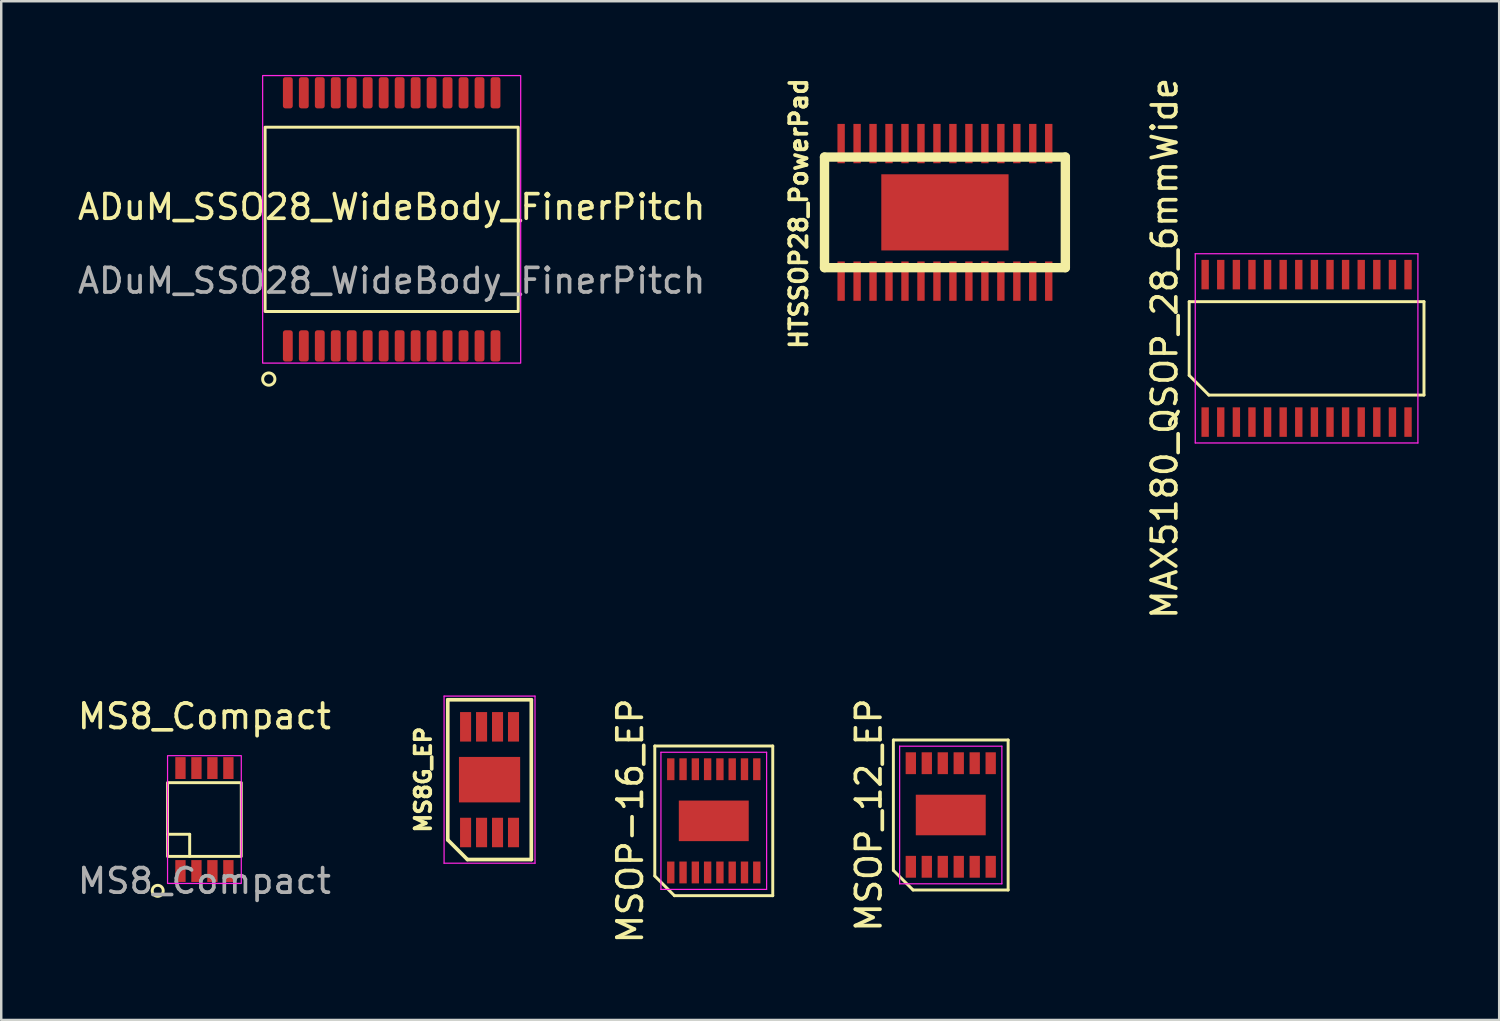
<source format=kicad_pcb>
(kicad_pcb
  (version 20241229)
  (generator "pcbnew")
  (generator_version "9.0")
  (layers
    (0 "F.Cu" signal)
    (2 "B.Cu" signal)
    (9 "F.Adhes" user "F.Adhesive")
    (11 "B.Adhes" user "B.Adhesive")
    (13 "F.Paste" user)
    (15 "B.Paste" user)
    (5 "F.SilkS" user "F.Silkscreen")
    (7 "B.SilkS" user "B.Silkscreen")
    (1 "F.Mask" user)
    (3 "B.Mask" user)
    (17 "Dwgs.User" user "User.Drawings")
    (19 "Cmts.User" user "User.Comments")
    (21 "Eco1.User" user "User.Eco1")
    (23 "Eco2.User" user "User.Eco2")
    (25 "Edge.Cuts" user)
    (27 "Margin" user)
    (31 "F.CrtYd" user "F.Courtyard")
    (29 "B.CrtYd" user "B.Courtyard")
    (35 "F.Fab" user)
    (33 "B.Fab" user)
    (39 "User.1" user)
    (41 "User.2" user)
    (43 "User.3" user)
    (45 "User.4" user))
  (footprint "ADuM_SSO28_WideBody_FinerPitch"
    (layer "F.Cu")
    (at 12.887 5.875)
    (property "Reference" "ADuM_SSO28_WideBody_FinerPitch" (at 0 -0.5 0) (unlocked yes) (layer "F.SilkS") (effects (font (size 1 1) (thickness 0.15))))
    (attr smd)
    (fp_rect (start -5.15 -3.75) (end 5.15 3.75) (stroke (width 0.12) (type default)) (fill no) (layer "F.SilkS"))
    (fp_circle (center -5 6.5) (end -4.85 6.7) (stroke (width 0.12) (type default)) (fill no) (layer "F.SilkS"))
    (fp_rect (start -5.25 -5.85) (end 5.25 5.85) (stroke (width 0.05) (type default)) (fill no) (layer "F.CrtYd"))
    (fp_text user "${REFERENCE}" (at 0 2.5 0) (unlocked yes) (layer "F.Fab") (effects (font (size 1 1) (thickness 0.15))))
    (pad "1" smd roundrect (at -4.225 5.15) (size 0.4 1.27) (layers "F.Cu" "F.Mask" "F.Paste") (roundrect_rratio 0.25))
    (pad "2" smd roundrect (at -3.575 5.15) (size 0.4 1.27) (layers "F.Cu" "F.Mask" "F.Paste") (roundrect_rratio 0.25))
    (pad "3" smd roundrect (at -2.925 5.15) (size 0.4 1.27) (layers "F.Cu" "F.Mask" "F.Paste") (roundrect_rratio 0.25))
    (pad "4" smd roundrect (at -2.275 5.15) (size 0.4 1.27) (layers "F.Cu" "F.Mask" "F.Paste") (roundrect_rratio 0.25))
    (pad "5" smd roundrect (at -1.625 5.15) (size 0.4 1.27) (layers "F.Cu" "F.Mask" "F.Paste") (roundrect_rratio 0.25))
    (pad "6" smd roundrect (at -0.975 5.15) (size 0.4 1.27) (layers "F.Cu" "F.Mask" "F.Paste") (roundrect_rratio 0.25))
    (pad "7" smd roundrect (at -0.325 5.15) (size 0.4 1.27) (layers "F.Cu" "F.Mask" "F.Paste") (roundrect_rratio 0.25))
    (pad "8" smd roundrect (at 0.325 5.15) (size 0.4 1.27) (layers "F.Cu" "F.Mask" "F.Paste") (roundrect_rratio 0.25))
    (pad "9" smd roundrect (at 0.975 5.15) (size 0.4 1.27) (layers "F.Cu" "F.Mask" "F.Paste") (roundrect_rratio 0.25))
    (pad "10" smd roundrect (at 1.625 5.15) (size 0.4 1.27) (layers "F.Cu" "F.Mask" "F.Paste") (roundrect_rratio 0.25))
    (pad "11" smd roundrect (at 2.275 5.15) (size 0.4 1.27) (layers "F.Cu" "F.Mask" "F.Paste") (roundrect_rratio 0.25))
    (pad "12" smd roundrect (at 2.925 5.15) (size 0.4 1.27) (layers "F.Cu" "F.Mask" "F.Paste") (roundrect_rratio 0.25))
    (pad "13" smd roundrect (at 3.575 5.15) (size 0.4 1.27) (layers "F.Cu" "F.Mask" "F.Paste") (roundrect_rratio 0.25))
    (pad "14" smd roundrect (at 4.225 5.15) (size 0.4 1.27) (layers "F.Cu" "F.Mask" "F.Paste") (roundrect_rratio 0.25))
    (pad "15" smd roundrect (at 4.225 -5.15) (size 0.4 1.27) (layers "F.Cu" "F.Mask" "F.Paste") (roundrect_rratio 0.25))
    (pad "16" smd roundrect (at 3.575 -5.15) (size 0.4 1.27) (layers "F.Cu" "F.Mask" "F.Paste") (roundrect_rratio 0.25))
    (pad "17" smd roundrect (at 2.925 -5.15) (size 0.4 1.27) (layers "F.Cu" "F.Mask" "F.Paste") (roundrect_rratio 0.25))
    (pad "18" smd roundrect (at 2.275 -5.15) (size 0.4 1.27) (layers "F.Cu" "F.Mask" "F.Paste") (roundrect_rratio 0.25))
    (pad "19" smd roundrect (at 1.625 -5.15) (size 0.4 1.27) (layers "F.Cu" "F.Mask" "F.Paste") (roundrect_rratio 0.25))
    (pad "20" smd roundrect (at 0.975 -5.15) (size 0.4 1.27) (layers "F.Cu" "F.Mask" "F.Paste") (roundrect_rratio 0.25))
    (pad "21" smd roundrect (at 0.325 -5.15) (size 0.4 1.27) (layers "F.Cu" "F.Mask" "F.Paste") (roundrect_rratio 0.25))
    (pad "22" smd roundrect (at -0.325 -5.15) (size 0.4 1.27) (layers "F.Cu" "F.Mask" "F.Paste") (roundrect_rratio 0.25))
    (pad "23" smd roundrect (at -0.975 -5.15) (size 0.4 1.27) (layers "F.Cu" "F.Mask" "F.Paste") (roundrect_rratio 0.25))
    (pad "24" smd roundrect (at -1.625 -5.15) (size 0.4 1.27) (layers "F.Cu" "F.Mask" "F.Paste") (roundrect_rratio 0.25))
    (pad "25" smd roundrect (at -2.275 -5.15) (size 0.4 1.27) (layers "F.Cu" "F.Mask" "F.Paste") (roundrect_rratio 0.25))
    (pad "26" smd roundrect (at -2.925 -5.15) (size 0.4 1.27) (layers "F.Cu" "F.Mask" "F.Paste") (roundrect_rratio 0.25))
    (pad "27" smd roundrect (at -3.575 -5.15) (size 0.4 1.27) (layers "F.Cu" "F.Mask" "F.Paste") (roundrect_rratio 0.25))
    (pad "28" smd roundrect (at -4.225 -5.15) (size 0.4 1.27) (layers "F.Cu" "F.Mask" "F.Paste") (roundrect_rratio 0.25)))
  (footprint "MAX5180_QSOP_28_6mmWide"
    (layer "F.Cu")
    (at 50.116 11.125)
    (property "Reference" "MAX5180_QSOP_28_6mmWide" (at -5.777 0 90) (layer "F.SilkS") (effects (font (size 1 1) (thickness 0.15))))
    (attr smd)
    (fp_line (start -4.777 -1.9) (end 4.777 -1.9) (stroke (width 0.12) (type default)) (layer "F.SilkS"))
    (fp_line (start -4.777 1.1) (end -4.777 -1.9) (stroke (width 0.12) (type default)) (layer "F.SilkS"))
    (fp_line (start -3.978 1.9) (end -4.777 1.1) (stroke (width 0.12) (type default)) (layer "F.SilkS"))
    (fp_line (start 4.777 -1.9) (end 4.777 1.9) (stroke (width 0.12) (type default)) (layer "F.SilkS"))
    (fp_line (start 4.777 1.9) (end -3.978 1.9) (stroke (width 0.12) (type default)) (layer "F.SilkS"))
    (fp_line (start -4.53 -3.85) (end 4.53 -3.85) (stroke (width 0.05) (type default)) (layer "F.CrtYd"))
    (fp_line (start -4.53 3.85) (end -4.53 -3.85) (stroke (width 0.05) (type default)) (layer "F.CrtYd"))
    (fp_line (start 4.53 -3.85) (end 4.53 3.85) (stroke (width 0.05) (type default)) (layer "F.CrtYd"))
    (fp_line (start 4.53 3.85) (end -4.53 3.85) (stroke (width 0.05) (type default)) (layer "F.CrtYd"))
    (pad "1" smd rect (at -4.128 3) (size 0.3 1.2) (layers "F.Cu" "F.Mask" "F.Paste"))
    (pad "2" smd rect (at -3.493 3) (size 0.3 1.2) (layers "F.Cu" "F.Mask" "F.Paste"))
    (pad "3" smd rect (at -2.857 3) (size 0.3 1.2) (layers "F.Cu" "F.Mask" "F.Paste"))
    (pad "4" smd rect (at -2.223 3) (size 0.3 1.2) (layers "F.Cu" "F.Mask" "F.Paste"))
    (pad "5" smd rect (at -1.587 3) (size 0.3 1.2) (layers "F.Cu" "F.Mask" "F.Paste"))
    (pad "6" smd rect (at -0.953 3) (size 0.3 1.2) (layers "F.Cu" "F.Mask" "F.Paste"))
    (pad "7" smd rect (at -0.318 3) (size 0.3 1.2) (layers "F.Cu" "F.Mask" "F.Paste"))
    (pad "8" smd rect (at 0.318 3) (size 0.3 1.2) (layers "F.Cu" "F.Mask" "F.Paste"))
    (pad "9" smd rect (at 0.953 3) (size 0.3 1.2) (layers "F.Cu" "F.Mask" "F.Paste"))
    (pad "10" smd rect (at 1.587 3) (size 0.3 1.2) (layers "F.Cu" "F.Mask" "F.Paste"))
    (pad "11" smd rect (at 2.223 3) (size 0.3 1.2) (layers "F.Cu" "F.Mask" "F.Paste"))
    (pad "12" smd rect (at 2.857 3) (size 0.3 1.2) (layers "F.Cu" "F.Mask" "F.Paste"))
    (pad "13" smd rect (at 3.493 3) (size 0.3 1.2) (layers "F.Cu" "F.Mask" "F.Paste"))
    (pad "14" smd rect (at 4.128 3) (size 0.3 1.2) (layers "F.Cu" "F.Mask" "F.Paste"))
    (pad "15" smd rect (at 4.128 -3) (size 0.3 1.2) (layers "F.Cu" "F.Mask" "F.Paste"))
    (pad "16" smd rect (at 3.493 -3) (size 0.3 1.2) (layers "F.Cu" "F.Mask" "F.Paste"))
    (pad "17" smd rect (at 2.857 -3) (size 0.3 1.2) (layers "F.Cu" "F.Mask" "F.Paste"))
    (pad "18" smd rect (at 2.223 -3) (size 0.3 1.2) (layers "F.Cu" "F.Mask" "F.Paste"))
    (pad "19" smd rect (at 1.587 -3) (size 0.3 1.2) (layers "F.Cu" "F.Mask" "F.Paste"))
    (pad "20" smd rect (at 0.953 -3) (size 0.3 1.2) (layers "F.Cu" "F.Mask" "F.Paste"))
    (pad "21" smd rect (at 0.318 -3) (size 0.3 1.2) (layers "F.Cu" "F.Mask" "F.Paste"))
    (pad "22" smd rect (at -0.318 -3) (size 0.3 1.2) (layers "F.Cu" "F.Mask" "F.Paste"))
    (pad "23" smd rect (at -0.953 -3) (size 0.3 1.2) (layers "F.Cu" "F.Mask" "F.Paste"))
    (pad "24" smd rect (at -1.587 -3) (size 0.3 1.2) (layers "F.Cu" "F.Mask" "F.Paste"))
    (pad "25" smd rect (at -2.223 -3) (size 0.3 1.2) (layers "F.Cu" "F.Mask" "F.Paste"))
    (pad "26" smd rect (at -2.857 -3) (size 0.3 1.2) (layers "F.Cu" "F.Mask" "F.Paste"))
    (pad "27" smd rect (at -3.493 -3) (size 0.3 1.2) (layers "F.Cu" "F.Mask" "F.Paste"))
    (pad "28" smd rect (at -4.128 -3) (size 0.3 1.2) (layers "F.Cu" "F.Mask" "F.Paste")))
  (footprint "MS8G_EP"
    (layer "F.Cu")
    (at 16.87 28.675)
    (property "Reference" "MS8G_EP" (at -2.7 0 90) (layer "F.SilkS") (effects (font (size 0.635 0.635) (thickness 0.15))))
    (attr smd)
    (fp_line (start -1.7 -3.25) (end 1.7 -3.25) (stroke (width 0.15) (type solid)) (layer "F.SilkS"))
    (fp_line (start -1.7 2.45) (end -1.7 -3.25) (stroke (width 0.15) (type solid)) (layer "F.SilkS"))
    (fp_line (start -0.9 3.25) (end -1.7 2.45) (stroke (width 0.15) (type solid)) (layer "F.SilkS"))
    (fp_line (start 1.7 -3.25) (end 1.7 3.25) (stroke (width 0.15) (type solid)) (layer "F.SilkS"))
    (fp_line (start 1.7 3.25) (end -0.9 3.25) (stroke (width 0.15) (type solid)) (layer "F.SilkS"))
    (fp_line (start -1.85 -3.4) (end 1.85 -3.4) (stroke (width 0.05) (type solid)) (layer "F.CrtYd"))
    (fp_line (start -1.85 3.4) (end -1.85 -3.4) (stroke (width 0.05) (type solid)) (layer "F.CrtYd"))
    (fp_line (start 1.85 -3.4) (end 1.85 3.4) (stroke (width 0.05) (type solid)) (layer "F.CrtYd"))
    (fp_line (start 1.85 3.4) (end -1.85 3.4) (stroke (width 0.05) (type solid)) (layer "F.CrtYd"))
    (pad "1" smd rect (at -0.975 2.15) (size 0.45 1.2) (layers "F.Cu" "F.Mask" "F.Paste"))
    (pad "2" smd rect (at -0.325 2.15) (size 0.45 1.2) (layers "F.Cu" "F.Mask" "F.Paste"))
    (pad "3" smd rect (at 0.325 2.15) (size 0.45 1.2) (layers "F.Cu" "F.Mask" "F.Paste"))
    (pad "4" smd rect (at 0.975 2.15) (size 0.45 1.2) (layers "F.Cu" "F.Mask" "F.Paste"))
    (pad "5" smd rect (at 0.975 -2.15) (size 0.45 1.2) (layers "F.Cu" "F.Mask" "F.Paste"))
    (pad "6" smd rect (at 0.325 -2.15) (size 0.45 1.2) (layers "F.Cu" "F.Mask" "F.Paste"))
    (pad "7" smd rect (at -0.325 -2.15) (size 0.45 1.2) (layers "F.Cu" "F.Mask" "F.Paste"))
    (pad "8" smd rect (at -0.975 -2.15) (size 0.45 1.2) (layers "F.Cu" "F.Mask" "F.Paste"))
    (pad "9" smd rect (at 0 0) (size 2.49 1.85) (layers "F.Cu" "F.Mask" "F.Paste")))
  (footprint "MSOP_12_EP"
    (layer "F.Cu")
    (at 35.637 30.113)
    (property "Reference" "MSOP_12_EP" (at -3.335 0 90) (layer "F.SilkS") (effects (font (size 1 1) (thickness 0.15))))
    (attr smd)
    (fp_line (start -2.335 -3.051) (end 2.335 -3.051) (stroke (width 0.12) (type default)) (layer "F.SilkS"))
    (fp_line (start -2.335 2.252) (end -2.335 -3.051) (stroke (width 0.12) (type default)) (layer "F.SilkS"))
    (fp_line (start -1.535 3.051) (end -2.335 2.252) (stroke (width 0.12) (type default)) (layer "F.SilkS"))
    (fp_line (start 2.335 -3.051) (end 2.335 3.051) (stroke (width 0.12) (type default)) (layer "F.SilkS"))
    (fp_line (start 2.335 3.051) (end -1.535 3.051) (stroke (width 0.12) (type default)) (layer "F.SilkS"))
    (fp_line (start -2.08 -2.8) (end 2.08 -2.8) (stroke (width 0.05) (type default)) (layer "F.CrtYd"))
    (fp_line (start -2.08 2.8) (end -2.08 -2.8) (stroke (width 0.05) (type default)) (layer "F.CrtYd"))
    (fp_line (start 2.08 -2.8) (end 2.08 2.8) (stroke (width 0.05) (type default)) (layer "F.CrtYd"))
    (fp_line (start 2.08 2.8) (end -2.08 2.8) (stroke (width 0.05) (type default)) (layer "F.CrtYd"))
    (pad "1" smd rect (at -1.625 2.107) (size 0.42 0.889) (layers "F.Cu" "F.Mask" "F.Paste"))
    (pad "2" smd rect (at -0.975 2.107) (size 0.42 0.889) (layers "F.Cu" "F.Mask" "F.Paste"))
    (pad "3" smd rect (at -0.325 2.107) (size 0.42 0.889) (layers "F.Cu" "F.Mask" "F.Paste"))
    (pad "4" smd rect (at 0.325 2.107) (size 0.42 0.889) (layers "F.Cu" "F.Mask" "F.Paste"))
    (pad "5" smd rect (at 0.975 2.107) (size 0.42 0.889) (layers "F.Cu" "F.Mask" "F.Paste"))
    (pad "6" smd rect (at 1.625 2.107) (size 0.42 0.889) (layers "F.Cu" "F.Mask" "F.Paste"))
    (pad "7" smd rect (at 1.625 -2.107) (size 0.42 0.889) (layers "F.Cu" "F.Mask" "F.Paste"))
    (pad "8" smd rect (at 0.975 -2.107) (size 0.42 0.889) (layers "F.Cu" "F.Mask" "F.Paste"))
    (pad "9" smd rect (at 0.325 -2.107) (size 0.42 0.889) (layers "F.Cu" "F.Mask" "F.Paste"))
    (pad "10" smd rect (at -0.325 -2.107) (size 0.42 0.889) (layers "F.Cu" "F.Mask" "F.Paste"))
    (pad "11" smd rect (at -0.975 -2.107) (size 0.42 0.889) (layers "F.Cu" "F.Mask" "F.Paste"))
    (pad "12" smd rect (at -1.625 -2.107) (size 0.42 0.889) (layers "F.Cu" "F.Mask" "F.Paste"))
    (pad "13" smd rect (at 0 0) (size 2.845 1.651) (layers "F.Cu" "F.Mask" "F.Paste")))
  (footprint "HTSSOP28_PowerPad"
    (layer "F.Cu")
    (at 35.4 5.591)
    (property "Reference" "HTSSOP28_PowerPad" (at -5.95 0.05 90) (layer "F.SilkS") (effects (font (size 0.7 0.7) (thickness 0.152))))
    (attr through_hole)
    (fp_line (start -4.9 -2.25) (end -4.9 2.25) (stroke (width 0.381) (type solid)) (layer "F.SilkS"))
    (fp_line (start -4.9 2.25) (end 4.9 2.25) (stroke (width 0.381) (type solid)) (layer "F.SilkS"))
    (fp_line (start 4.9 -2.25) (end -4.9 -2.25) (stroke (width 0.381) (type solid)) (layer "F.SilkS"))
    (fp_line (start 4.9 2.25) (end 4.9 -2.25) (stroke (width 0.381) (type solid)) (layer "F.SilkS"))
    (pad "1" smd rect (at -4.224 2.799) (size 0.3 1.6) (layers "F.Cu" "F.Mask" "F.Paste"))
    (pad "2" smd rect (at -3.574 2.799) (size 0.3 1.6) (layers "F.Cu" "F.Mask" "F.Paste"))
    (pad "3" smd rect (at -2.926 2.799) (size 0.3 1.6) (layers "F.Cu" "F.Mask" "F.Paste"))
    (pad "4" smd rect (at -2.276 2.799) (size 0.3 1.6) (layers "F.Cu" "F.Mask" "F.Paste"))
    (pad "5" smd rect (at -1.626 2.799) (size 0.3 1.6) (layers "F.Cu" "F.Mask" "F.Paste"))
    (pad "6" smd rect (at -0.975 2.799) (size 0.3 1.6) (layers "F.Cu" "F.Mask" "F.Paste"))
    (pad "7" smd rect (at -0.325 2.799) (size 0.3 1.6) (layers "F.Cu" "F.Mask" "F.Paste"))
    (pad "8" smd rect (at 0.325 2.799) (size 0.3 1.6) (layers "F.Cu" "F.Mask" "F.Paste"))
    (pad "9" smd rect (at 0.975 2.799) (size 0.3 1.6) (layers "F.Cu" "F.Mask" "F.Paste"))
    (pad "10" smd rect (at 1.626 2.799) (size 0.3 1.6) (layers "F.Cu" "F.Mask" "F.Paste"))
    (pad "11" smd rect (at 2.276 2.799) (size 0.3 1.6) (layers "F.Cu" "F.Mask" "F.Paste"))
    (pad "12" smd rect (at 2.926 2.799) (size 0.3 1.6) (layers "F.Cu" "F.Mask" "F.Paste"))
    (pad "13" smd rect (at 3.574 2.799) (size 0.3 1.6) (layers "F.Cu" "F.Mask" "F.Paste"))
    (pad "14" smd rect (at 4.224 2.799) (size 0.3 1.6) (layers "F.Cu" "F.Mask" "F.Paste"))
    (pad "15" smd rect (at 4.224 -2.799) (size 0.3 1.6) (layers "F.Cu" "F.Mask" "F.Paste"))
    (pad "16" smd rect (at 3.574 -2.799) (size 0.3 1.6) (layers "F.Cu" "F.Mask" "F.Paste"))
    (pad "17" smd rect (at 2.926 -2.799) (size 0.3 1.6) (layers "F.Cu" "F.Mask" "F.Paste"))
    (pad "18" smd rect (at 2.276 -2.799) (size 0.3 1.6) (layers "F.Cu" "F.Mask" "F.Paste"))
    (pad "19" smd rect (at 1.626 -2.799) (size 0.3 1.6) (layers "F.Cu" "F.Mask" "F.Paste"))
    (pad "20" smd rect (at 0.975 -2.799) (size 0.3 1.6) (layers "F.Cu" "F.Mask" "F.Paste"))
    (pad "21" smd rect (at 0.325 -2.799) (size 0.3 1.6) (layers "F.Cu" "F.Mask" "F.Paste"))
    (pad "22" smd rect (at -0.325 -2.799) (size 0.3 1.6) (layers "F.Cu" "F.Mask" "F.Paste"))
    (pad "23" smd rect (at -0.975 -2.799) (size 0.3 1.6) (layers "F.Cu" "F.Mask" "F.Paste"))
    (pad "24" smd rect (at -1.626 -2.799) (size 0.3 1.6) (layers "F.Cu" "F.Mask" "F.Paste"))
    (pad "25" smd rect (at -2.276 -2.799) (size 0.3 1.6) (layers "F.Cu" "F.Mask" "F.Paste"))
    (pad "26" smd rect (at -2.926 -2.799) (size 0.3 1.6) (layers "F.Cu" "F.Mask" "F.Paste"))
    (pad "27" smd rect (at -3.574 -2.799) (size 0.3 1.6) (layers "F.Cu" "F.Mask" "F.Paste"))
    (pad "28" smd rect (at -4.224 -2.799) (size 0.3 1.6) (layers "F.Cu" "F.Mask" "F.Paste"))
    (pad "29" smd rect (at 0 0) (size 5.179 3.099) (layers "F.Cu" "F.Mask" "F.Paste")))
  (footprint "MS8_Compact"
    (layer "F.Cu")
    (at 5.268 30.298)
    (property "Reference" "MS8_Compact" (at 0 -4.2 0) (unlocked yes) (layer "F.SilkS") (effects (font (size 1 1) (thickness 0.15))))
    (attr smd)
    (fp_line (start -1.5 0.6) (end -0.6 0.6) (stroke (width 0.12) (type default)) (layer "F.SilkS"))
    (fp_line (start -0.6 0.6) (end -0.6 1.5) (stroke (width 0.12) (type default)) (layer "F.SilkS"))
    (fp_rect (start -1.5 -1.5) (end 1.5 1.5) (stroke (width 0.12) (type default)) (fill no) (layer "F.SilkS"))
    (fp_circle (center -1.9 2.9) (end -1.7 3) (stroke (width 0.12) (type default)) (fill no) (layer "F.SilkS"))
    (fp_rect (start -1.5 -2.6) (end 1.5 2.6) (stroke (width 0.05) (type default)) (fill no) (layer "F.CrtYd"))
    (fp_text user "${REFERENCE}" (at 0 2.5 0) (unlocked yes) (layer "F.Fab") (effects (font (size 1 1) (thickness 0.15))))
    (pad "1" smd rect (at -0.975 2.095) (size 0.42 0.89) (layers "F.Cu" "F.Mask" "F.Paste"))
    (pad "2" smd rect (at -0.325 2.095) (size 0.42 0.89) (layers "F.Cu" "F.Mask" "F.Paste"))
    (pad "3" smd rect (at 0.325 2.095) (size 0.42 0.89) (layers "F.Cu" "F.Mask" "F.Paste"))
    (pad "4" smd rect (at 0.975 2.095) (size 0.42 0.89) (layers "F.Cu" "F.Mask" "F.Paste"))
    (pad "5" smd rect (at 0.975 -2.095) (size 0.42 0.89) (layers "F.Cu" "F.Mask" "F.Paste"))
    (pad "6" smd rect (at 0.325 -2.095) (size 0.42 0.89) (layers "F.Cu" "F.Mask" "F.Paste"))
    (pad "7" smd rect (at -0.325 -2.095) (size 0.42 0.89) (layers "F.Cu" "F.Mask" "F.Paste"))
    (pad "8" smd rect (at -0.975 -2.095) (size 0.42 0.89) (layers "F.Cu" "F.Mask" "F.Paste")))
  (footprint "MSOP-16_EP"
    (layer "F.Cu")
    (at 25.994 30.351)
    (property "Reference" "MSOP-16_EP" (at -3.4 0 90) (layer "F.SilkS") (effects (font (size 1 1) (thickness 0.15))))
    (attr smd)
    (fp_line (start -2.4 -3.045) (end 2.4 -3.045) (stroke (width 0.12) (type default)) (layer "F.SilkS"))
    (fp_line (start -2.4 2.244) (end -2.4 -3.045) (stroke (width 0.12) (type default)) (layer "F.SilkS"))
    (fp_line (start -1.6 3.045) (end -2.4 2.244) (stroke (width 0.12) (type default)) (layer "F.SilkS"))
    (fp_line (start 2.4 -3.045) (end 2.4 3.045) (stroke (width 0.12) (type default)) (layer "F.SilkS"))
    (fp_line (start 2.4 3.045) (end -1.6 3.045) (stroke (width 0.12) (type default)) (layer "F.SilkS"))
    (fp_line (start -2.15 -2.79) (end 2.15 -2.79) (stroke (width 0.05) (type default)) (layer "F.CrtYd"))
    (fp_line (start -2.15 2.79) (end -2.15 -2.79) (stroke (width 0.05) (type default)) (layer "F.CrtYd"))
    (fp_line (start 2.15 -2.79) (end 2.15 2.79) (stroke (width 0.05) (type default)) (layer "F.CrtYd"))
    (fp_line (start 2.15 2.79) (end -2.15 2.79) (stroke (width 0.05) (type default)) (layer "F.CrtYd"))
    (pad "1" smd rect (at -1.75 2.1) (size 0.3 0.889) (layers "F.Cu" "F.Mask" "F.Paste"))
    (pad "2" smd rect (at -1.25 2.1) (size 0.3 0.889) (layers "F.Cu" "F.Mask" "F.Paste"))
    (pad "3" smd rect (at -0.75 2.1) (size 0.3 0.889) (layers "F.Cu" "F.Mask" "F.Paste"))
    (pad "4" smd rect (at -0.25 2.1) (size 0.3 0.889) (layers "F.Cu" "F.Mask" "F.Paste"))
    (pad "5" smd rect (at 0.25 2.1) (size 0.3 0.889) (layers "F.Cu" "F.Mask" "F.Paste"))
    (pad "6" smd rect (at 0.75 2.1) (size 0.3 0.889) (layers "F.Cu" "F.Mask" "F.Paste"))
    (pad "7" smd rect (at 1.25 2.1) (size 0.3 0.889) (layers "F.Cu" "F.Mask" "F.Paste"))
    (pad "8" smd rect (at 1.75 2.1) (size 0.3 0.889) (layers "F.Cu" "F.Mask" "F.Paste"))
    (pad "9" smd rect (at 1.75 -2.1) (size 0.3 0.889) (layers "F.Cu" "F.Mask" "F.Paste"))
    (pad "10" smd rect (at 1.25 -2.1) (size 0.3 0.889) (layers "F.Cu" "F.Mask" "F.Paste"))
    (pad "11" smd rect (at 0.75 -2.1) (size 0.3 0.889) (layers "F.Cu" "F.Mask" "F.Paste"))
    (pad "12" smd rect (at 0.25 -2.1) (size 0.3 0.889) (layers "F.Cu" "F.Mask" "F.Paste"))
    (pad "13" smd rect (at -0.25 -2.1) (size 0.3 0.889) (layers "F.Cu" "F.Mask" "F.Paste"))
    (pad "14" smd rect (at -0.75 -2.1) (size 0.3 0.889) (layers "F.Cu" "F.Mask" "F.Paste"))
    (pad "15" smd rect (at -1.25 -2.1) (size 0.3 0.889) (layers "F.Cu" "F.Mask" "F.Paste"))
    (pad "16" smd rect (at -1.75 -2.1) (size 0.3 0.889) (layers "F.Cu" "F.Mask" "F.Paste"))
    (pad "17" smd rect (at 0 0) (size 2.845 1.651) (layers "F.Cu" "F.Mask" "F.Paste")))
  (gr_rect
    (start -3 -3)
    (end 57.953 38.452)
    (stroke (width 0.1) (type default))
    (fill no)
    (layer "Edge.Cuts")))
</source>
